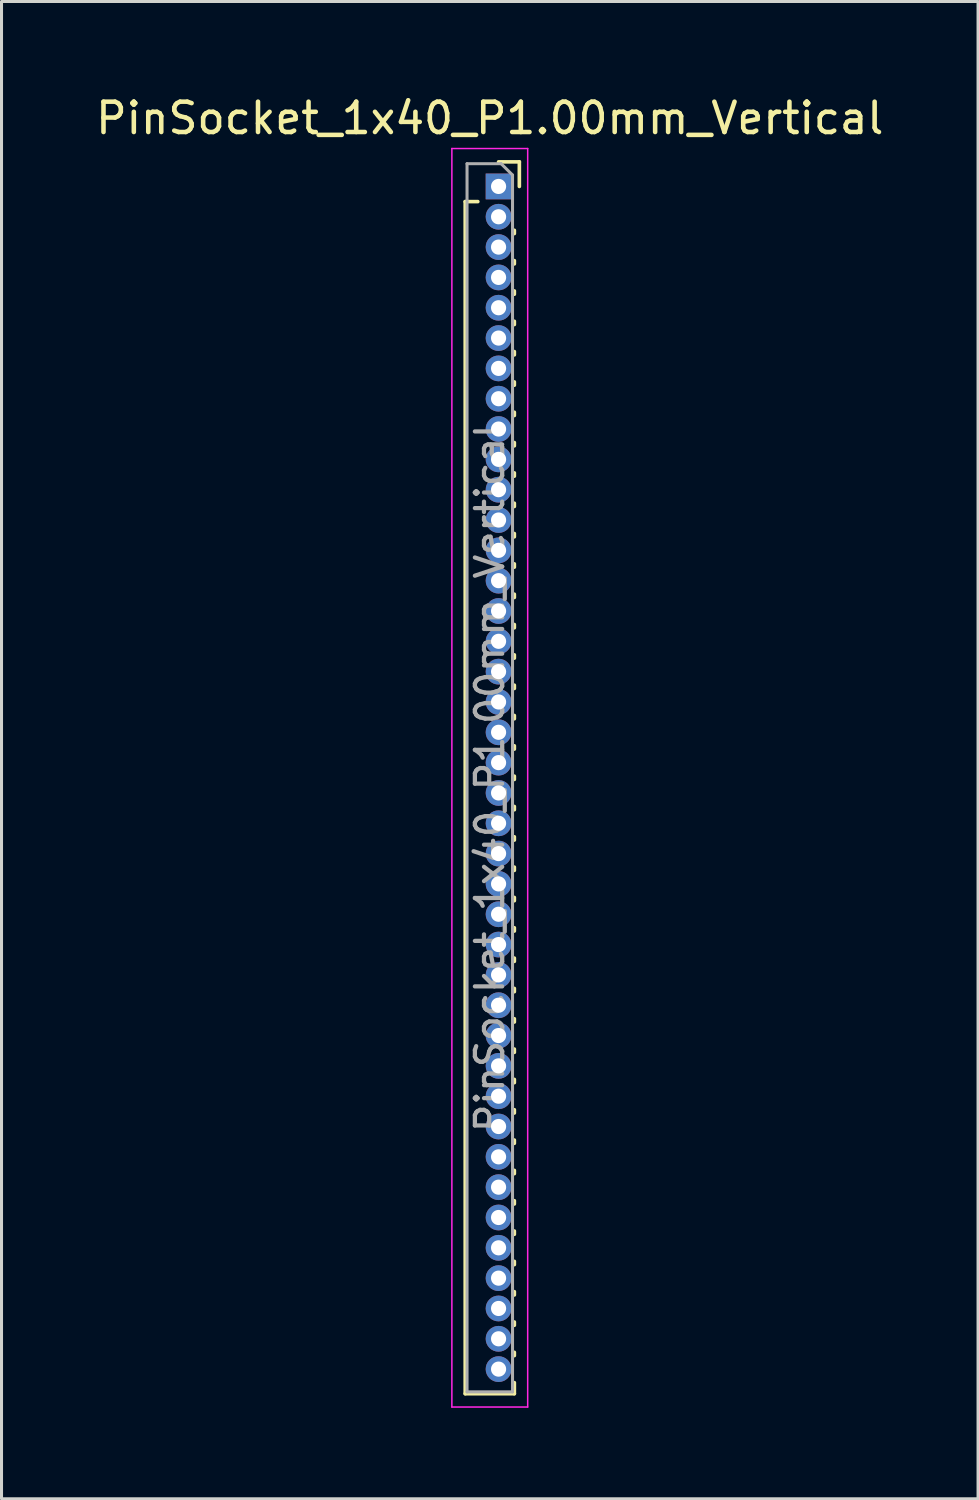
<source format=kicad_pcb>
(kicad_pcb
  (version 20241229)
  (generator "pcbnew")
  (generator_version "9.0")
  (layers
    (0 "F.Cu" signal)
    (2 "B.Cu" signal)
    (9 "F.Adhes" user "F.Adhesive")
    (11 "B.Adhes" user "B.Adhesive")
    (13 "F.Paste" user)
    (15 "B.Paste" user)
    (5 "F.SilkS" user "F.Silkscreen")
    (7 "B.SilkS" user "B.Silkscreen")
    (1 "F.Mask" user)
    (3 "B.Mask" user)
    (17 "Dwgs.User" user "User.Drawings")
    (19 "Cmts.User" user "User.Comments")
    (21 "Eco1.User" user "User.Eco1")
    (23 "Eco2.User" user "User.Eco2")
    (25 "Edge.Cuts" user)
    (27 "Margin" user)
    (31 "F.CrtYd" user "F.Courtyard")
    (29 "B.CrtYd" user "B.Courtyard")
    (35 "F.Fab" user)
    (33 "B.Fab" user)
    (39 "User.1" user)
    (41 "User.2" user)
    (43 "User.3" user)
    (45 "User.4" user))
  (footprint "PinSocket_1x40_P1.00mm_Vertical"
    (layer "F.Cu")
    (at 13.391 3.098)
    (property "Reference" "PinSocket_1x40_P1.00mm_Vertical" (at -0.29 -2.25 0) (layer "F.SilkS") (effects (font (size 1 1) (thickness 0.15))))
    (attr through_hole)
    (fp_line (start -1.1 0.5) (end -1.1 39.81) (stroke (width 0.12) (type solid)) (layer "F.SilkS"))
    (fp_line (start -1.1 0.5) (end -0.685 0.5) (stroke (width 0.12) (type solid)) (layer "F.SilkS"))
    (fp_line (start -1.1 39.81) (end 0.52 39.81) (stroke (width 0.12) (type solid)) (layer "F.SilkS"))
    (fp_line (start 0 -0.81) (end 0.685 -0.81) (stroke (width 0.12) (type solid)) (layer "F.SilkS"))
    (fp_line (start 0.52 1.446) (end 0.52 1.554) (stroke (width 0.12) (type solid)) (layer "F.SilkS"))
    (fp_line (start 0.52 2.446) (end 0.52 2.554) (stroke (width 0.12) (type solid)) (layer "F.SilkS"))
    (fp_line (start 0.52 3.446) (end 0.52 3.554) (stroke (width 0.12) (type solid)) (layer "F.SilkS"))
    (fp_line (start 0.52 4.446) (end 0.52 4.554) (stroke (width 0.12) (type solid)) (layer "F.SilkS"))
    (fp_line (start 0.52 5.446) (end 0.52 5.554) (stroke (width 0.12) (type solid)) (layer "F.SilkS"))
    (fp_line (start 0.52 6.446) (end 0.52 6.554) (stroke (width 0.12) (type solid)) (layer "F.SilkS"))
    (fp_line (start 0.52 7.446) (end 0.52 7.554) (stroke (width 0.12) (type solid)) (layer "F.SilkS"))
    (fp_line (start 0.52 8.446) (end 0.52 8.554) (stroke (width 0.12) (type solid)) (layer "F.SilkS"))
    (fp_line (start 0.52 9.446) (end 0.52 9.554) (stroke (width 0.12) (type solid)) (layer "F.SilkS"))
    (fp_line (start 0.52 10.446) (end 0.52 10.554) (stroke (width 0.12) (type solid)) (layer "F.SilkS"))
    (fp_line (start 0.52 11.446) (end 0.52 11.554) (stroke (width 0.12) (type solid)) (layer "F.SilkS"))
    (fp_line (start 0.52 12.446) (end 0.52 12.554) (stroke (width 0.12) (type solid)) (layer "F.SilkS"))
    (fp_line (start 0.52 13.446) (end 0.52 13.554) (stroke (width 0.12) (type solid)) (layer "F.SilkS"))
    (fp_line (start 0.52 14.446) (end 0.52 14.554) (stroke (width 0.12) (type solid)) (layer "F.SilkS"))
    (fp_line (start 0.52 15.446) (end 0.52 15.554) (stroke (width 0.12) (type solid)) (layer "F.SilkS"))
    (fp_line (start 0.52 16.446) (end 0.52 16.554) (stroke (width 0.12) (type solid)) (layer "F.SilkS"))
    (fp_line (start 0.52 17.446) (end 0.52 17.554) (stroke (width 0.12) (type solid)) (layer "F.SilkS"))
    (fp_line (start 0.52 18.446) (end 0.52 18.554) (stroke (width 0.12) (type solid)) (layer "F.SilkS"))
    (fp_line (start 0.52 19.446) (end 0.52 19.554) (stroke (width 0.12) (type solid)) (layer "F.SilkS"))
    (fp_line (start 0.52 20.446) (end 0.52 20.554) (stroke (width 0.12) (type solid)) (layer "F.SilkS"))
    (fp_line (start 0.52 21.446) (end 0.52 21.554) (stroke (width 0.12) (type solid)) (layer "F.SilkS"))
    (fp_line (start 0.52 22.446) (end 0.52 22.554) (stroke (width 0.12) (type solid)) (layer "F.SilkS"))
    (fp_line (start 0.52 23.446) (end 0.52 23.554) (stroke (width 0.12) (type solid)) (layer "F.SilkS"))
    (fp_line (start 0.52 24.446) (end 0.52 24.554) (stroke (width 0.12) (type solid)) (layer "F.SilkS"))
    (fp_line (start 0.52 25.446) (end 0.52 25.554) (stroke (width 0.12) (type solid)) (layer "F.SilkS"))
    (fp_line (start 0.52 26.446) (end 0.52 26.554) (stroke (width 0.12) (type solid)) (layer "F.SilkS"))
    (fp_line (start 0.52 27.446) (end 0.52 27.554) (stroke (width 0.12) (type solid)) (layer "F.SilkS"))
    (fp_line (start 0.52 28.446) (end 0.52 28.554) (stroke (width 0.12) (type solid)) (layer "F.SilkS"))
    (fp_line (start 0.52 29.446) (end 0.52 29.554) (stroke (width 0.12) (type solid)) (layer "F.SilkS"))
    (fp_line (start 0.52 30.446) (end 0.52 30.554) (stroke (width 0.12) (type solid)) (layer "F.SilkS"))
    (fp_line (start 0.52 31.446) (end 0.52 31.554) (stroke (width 0.12) (type solid)) (layer "F.SilkS"))
    (fp_line (start 0.52 32.446) (end 0.52 32.554) (stroke (width 0.12) (type solid)) (layer "F.SilkS"))
    (fp_line (start 0.52 33.446) (end 0.52 33.554) (stroke (width 0.12) (type solid)) (layer "F.SilkS"))
    (fp_line (start 0.52 34.446) (end 0.52 34.554) (stroke (width 0.12) (type solid)) (layer "F.SilkS"))
    (fp_line (start 0.52 35.446) (end 0.52 35.554) (stroke (width 0.12) (type solid)) (layer "F.SilkS"))
    (fp_line (start 0.52 36.446) (end 0.52 36.554) (stroke (width 0.12) (type solid)) (layer "F.SilkS"))
    (fp_line (start 0.52 37.446) (end 0.52 37.554) (stroke (width 0.12) (type solid)) (layer "F.SilkS"))
    (fp_line (start 0.52 38.446) (end 0.52 38.554) (stroke (width 0.12) (type solid)) (layer "F.SilkS"))
    (fp_line (start 0.52 39.446) (end 0.52 39.81) (stroke (width 0.12) (type solid)) (layer "F.SilkS"))
    (fp_line (start 0.685 -0.81) (end 0.685 0) (stroke (width 0.12) (type solid)) (layer "F.SilkS"))
    (fp_line (start -1.54 -1.25) (end 0.96 -1.25) (stroke (width 0.05) (type solid)) (layer "F.CrtYd"))
    (fp_line (start -1.54 40.25) (end -1.54 -1.25) (stroke (width 0.05) (type solid)) (layer "F.CrtYd"))
    (fp_line (start 0.96 -1.25) (end 0.96 40.25) (stroke (width 0.05) (type solid)) (layer "F.CrtYd"))
    (fp_line (start 0.96 40.25) (end -1.54 40.25) (stroke (width 0.05) (type solid)) (layer "F.CrtYd"))
    (fp_line (start -1.04 -0.75) (end 0.085 -0.75) (stroke (width 0.1) (type solid)) (layer "F.Fab"))
    (fp_line (start -1.04 39.75) (end -1.04 -0.75) (stroke (width 0.1) (type solid)) (layer "F.Fab"))
    (fp_line (start 0.085 -0.75) (end 0.46 -0.375) (stroke (width 0.1) (type solid)) (layer "F.Fab"))
    (fp_line (start 0.46 -0.375) (end 0.46 39.75) (stroke (width 0.1) (type solid)) (layer "F.Fab"))
    (fp_line (start 0.46 39.75) (end -1.04 39.75) (stroke (width 0.1) (type solid)) (layer "F.Fab"))
    (fp_text user "${REFERENCE}" (at -0.29 19.5 90) (layer "F.Fab") (effects (font (size 0.9 0.9) (thickness 0.14))))
    (pad "1" thru_hole rect (at 0 0) (size 0.85 0.85) (drill 0.5) (layers "*.Cu" "*.Mask"))
    (pad "2" thru_hole oval (at 0 1) (size 0.85 0.85) (drill 0.5) (layers "*.Cu" "*.Mask"))
    (pad "3" thru_hole oval (at 0 2) (size 0.85 0.85) (drill 0.5) (layers "*.Cu" "*.Mask"))
    (pad "4" thru_hole oval (at 0 3) (size 0.85 0.85) (drill 0.5) (layers "*.Cu" "*.Mask"))
    (pad "5" thru_hole oval (at 0 4) (size 0.85 0.85) (drill 0.5) (layers "*.Cu" "*.Mask"))
    (pad "6" thru_hole oval (at 0 5) (size 0.85 0.85) (drill 0.5) (layers "*.Cu" "*.Mask"))
    (pad "7" thru_hole oval (at 0 6) (size 0.85 0.85) (drill 0.5) (layers "*.Cu" "*.Mask"))
    (pad "8" thru_hole oval (at 0 7) (size 0.85 0.85) (drill 0.5) (layers "*.Cu" "*.Mask"))
    (pad "9" thru_hole oval (at 0 8) (size 0.85 0.85) (drill 0.5) (layers "*.Cu" "*.Mask"))
    (pad "10" thru_hole oval (at 0 9) (size 0.85 0.85) (drill 0.5) (layers "*.Cu" "*.Mask"))
    (pad "11" thru_hole oval (at 0 10) (size 0.85 0.85) (drill 0.5) (layers "*.Cu" "*.Mask"))
    (pad "12" thru_hole oval (at 0 11) (size 0.85 0.85) (drill 0.5) (layers "*.Cu" "*.Mask"))
    (pad "13" thru_hole oval (at 0 12) (size 0.85 0.85) (drill 0.5) (layers "*.Cu" "*.Mask"))
    (pad "14" thru_hole oval (at 0 13) (size 0.85 0.85) (drill 0.5) (layers "*.Cu" "*.Mask"))
    (pad "15" thru_hole oval (at 0 14) (size 0.85 0.85) (drill 0.5) (layers "*.Cu" "*.Mask"))
    (pad "16" thru_hole oval (at 0 15) (size 0.85 0.85) (drill 0.5) (layers "*.Cu" "*.Mask"))
    (pad "17" thru_hole oval (at 0 16) (size 0.85 0.85) (drill 0.5) (layers "*.Cu" "*.Mask"))
    (pad "18" thru_hole oval (at 0 17) (size 0.85 0.85) (drill 0.5) (layers "*.Cu" "*.Mask"))
    (pad "19" thru_hole oval (at 0 18) (size 0.85 0.85) (drill 0.5) (layers "*.Cu" "*.Mask"))
    (pad "20" thru_hole oval (at 0 19) (size 0.85 0.85) (drill 0.5) (layers "*.Cu" "*.Mask"))
    (pad "21" thru_hole oval (at 0 20) (size 0.85 0.85) (drill 0.5) (layers "*.Cu" "*.Mask"))
    (pad "22" thru_hole oval (at 0 21) (size 0.85 0.85) (drill 0.5) (layers "*.Cu" "*.Mask"))
    (pad "23" thru_hole oval (at 0 22) (size 0.85 0.85) (drill 0.5) (layers "*.Cu" "*.Mask"))
    (pad "24" thru_hole oval (at 0 23) (size 0.85 0.85) (drill 0.5) (layers "*.Cu" "*.Mask"))
    (pad "25" thru_hole oval (at 0 24) (size 0.85 0.85) (drill 0.5) (layers "*.Cu" "*.Mask"))
    (pad "26" thru_hole oval (at 0 25) (size 0.85 0.85) (drill 0.5) (layers "*.Cu" "*.Mask"))
    (pad "27" thru_hole oval (at 0 26) (size 0.85 0.85) (drill 0.5) (layers "*.Cu" "*.Mask"))
    (pad "28" thru_hole oval (at 0 27) (size 0.85 0.85) (drill 0.5) (layers "*.Cu" "*.Mask"))
    (pad "29" thru_hole oval (at 0 28) (size 0.85 0.85) (drill 0.5) (layers "*.Cu" "*.Mask"))
    (pad "30" thru_hole oval (at 0 29) (size 0.85 0.85) (drill 0.5) (layers "*.Cu" "*.Mask"))
    (pad "31" thru_hole oval (at 0 30) (size 0.85 0.85) (drill 0.5) (layers "*.Cu" "*.Mask"))
    (pad "32" thru_hole oval (at 0 31) (size 0.85 0.85) (drill 0.5) (layers "*.Cu" "*.Mask"))
    (pad "33" thru_hole oval (at 0 32) (size 0.85 0.85) (drill 0.5) (layers "*.Cu" "*.Mask"))
    (pad "34" thru_hole oval (at 0 33) (size 0.85 0.85) (drill 0.5) (layers "*.Cu" "*.Mask"))
    (pad "35" thru_hole oval (at 0 34) (size 0.85 0.85) (drill 0.5) (layers "*.Cu" "*.Mask"))
    (pad "36" thru_hole oval (at 0 35) (size 0.85 0.85) (drill 0.5) (layers "*.Cu" "*.Mask"))
    (pad "37" thru_hole oval (at 0 36) (size 0.85 0.85) (drill 0.5) (layers "*.Cu" "*.Mask"))
    (pad "38" thru_hole oval (at 0 37) (size 0.85 0.85) (drill 0.5) (layers "*.Cu" "*.Mask"))
    (pad "39" thru_hole oval (at 0 38) (size 0.85 0.85) (drill 0.5) (layers "*.Cu" "*.Mask"))
    (pad "40" thru_hole oval (at 0 39) (size 0.85 0.85) (drill 0.5) (layers "*.Cu" "*.Mask")))
  (gr_rect
    (start -3 -3)
    (end 29.202 46.373)
    (stroke (width 0.1) (type default))
    (fill no)
    (layer "Edge.Cuts")))
</source>
